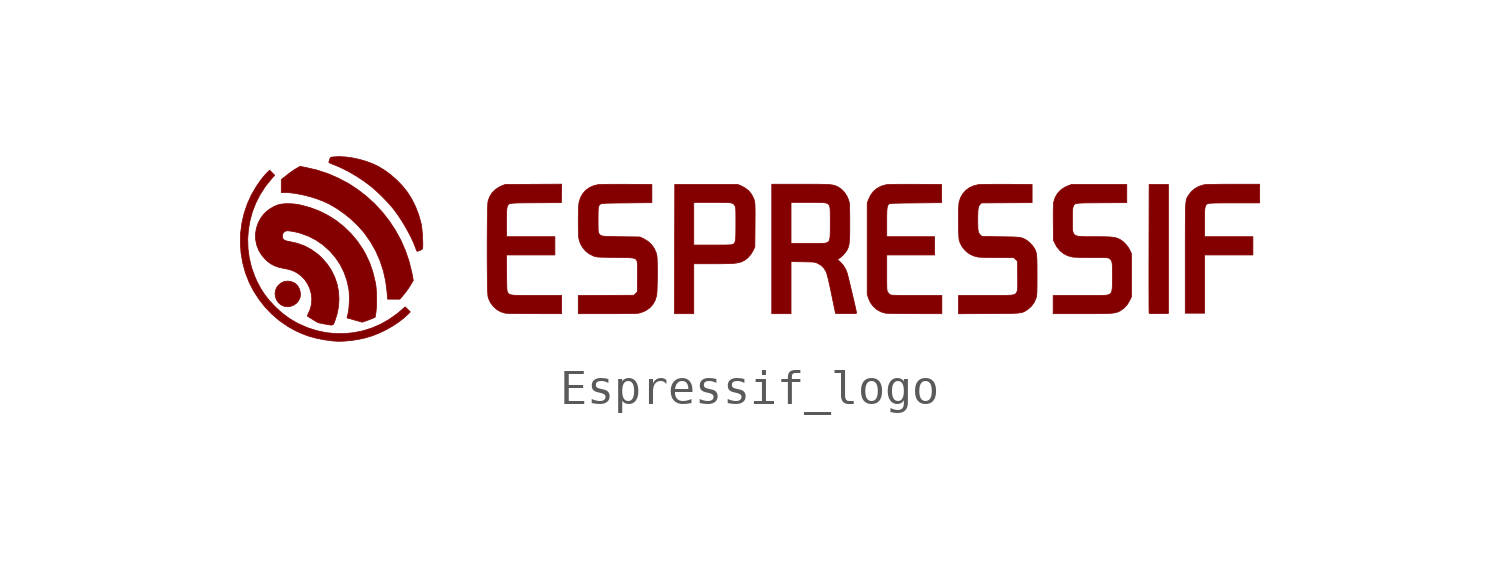
<source format=kicad_sym>
(kicad_symbol_lib
  (version 20211014)
  (generator kicad_symbol_editor)
  (symbol "Espressif_logo"
    (pin_names
      (offset 1.016))
    (property "Reference" "#G"
      (at 0 2.321 0)
      (effects (font (size 1.27 1.27)) hide))
    (symbol "Espressif_logo_0_0"
      (polyline (pts (xy 11.796 -1.872) (xy 12.07 -1.868) (xy 12.07 1.853) (xy 11.515 1.853) (xy 11.511 0.007) (xy 11.511 -0.196) (xy 11.51 -0.422) (xy 11.51 -0.638) (xy 11.51 -1.034) (xy 11.51 -1.21) (xy 11.511 -1.368) (xy 11.511 -1.508) (xy 11.511 -1.627) (xy 11.512 -1.723) (xy 11.513 -1.794) (xy 11.513 -1.84) (xy 11.514 -1.857) (xy 11.517 -1.86) (xy 11.532 -1.866) (xy 11.565 -1.87) (xy 11.617 -1.873) (xy 11.693 -1.873) (xy 11.796 -1.872)) (stroke (width 0.01) (type default) (color 0 0 0 0)) (fill (type outline)))
      (polyline (pts (xy -13.243 -1.662) (xy -13.154 -1.626) (xy -13.076 -1.569) (xy -13.015 -1.495) (xy -12.976 -1.406) (xy -12.967 -1.355) (xy -12.969 -1.258) (xy -12.994 -1.164) (xy -13.04 -1.08) (xy -13.103 -1.013) (xy -13.156 -0.979) (xy -13.251 -0.943) (xy -13.349 -0.934) (xy -13.445 -0.952) (xy -13.534 -0.996) (xy -13.611 -1.065) (xy -13.644 -1.109) (xy -13.683 -1.198) (xy -13.698 -1.291) (xy -13.688 -1.385) (xy -13.657 -1.473) (xy -13.604 -1.551) (xy -13.533 -1.615) (xy -13.443 -1.658) (xy -13.435 -1.661) (xy -13.338 -1.675) (xy -13.243 -1.662)) (stroke (width 0.01) (type default) (color 0 0 0 0)) (fill (type outline)))
      (polyline (pts (xy -10.01 -1.353) (xy -9.988 -1.327) (xy -9.908 -1.227) (xy -9.838 -1.126) (xy -9.767 -1.01) (xy -9.711 -0.915) (xy -9.738 -0.761) (xy -9.752 -0.691) (xy -9.831 -0.369) (xy -9.937 -0.058) (xy -10.068 0.242) (xy -10.224 0.527) (xy -10.402 0.798) (xy -10.601 1.053) (xy -10.821 1.29) (xy -11.059 1.508) (xy -11.315 1.706) (xy -11.586 1.883) (xy -11.873 2.035) (xy -12.172 2.164) (xy -12.483 2.267) (xy -12.806 2.342) (xy -12.976 2.375) (xy -13.091 2.309) (xy -13.144 2.276) (xy -13.215 2.228) (xy -13.291 2.173) (xy -13.362 2.118) (xy -13.518 1.994) (xy -13.518 1.62) (xy -13.421 1.62) (xy -13.276 1.614) (xy -13.094 1.591) (xy -12.902 1.554) (xy -12.705 1.505) (xy -12.511 1.446) (xy -12.327 1.377) (xy -12.16 1.301) (xy -12.11 1.275) (xy -11.903 1.153) (xy -11.697 1.008) (xy -11.5 0.848) (xy -11.319 0.676) (xy -11.16 0.499) (xy -11.11 0.437) (xy -10.938 0.191) (xy -10.791 -0.07) (xy -10.67 -0.345) (xy -10.575 -0.632) (xy -10.508 -0.929) (xy -10.469 -1.234) (xy -10.451 -1.455) (xy -10.098 -1.455) (xy -10.01 -1.353)) (stroke (width 0.01) (type default) (color 0 0 0 0)) (fill (type outline)))
      (polyline (pts (xy 13.113 -0.18) (xy 14.508 -0.18) (xy 14.508 0.345) (xy 13.113 0.345) (xy 13.113 0.767) (xy 13.113 0.89) (xy 13.114 0.987) (xy 13.116 1.062) (xy 13.119 1.119) (xy 13.123 1.16) (xy 13.129 1.191) (xy 13.136 1.214) (xy 13.137 1.216) (xy 13.146 1.239) (xy 13.155 1.259) (xy 13.167 1.275) (xy 13.183 1.288) (xy 13.207 1.298) (xy 13.241 1.306) (xy 13.287 1.312) (xy 13.348 1.315) (xy 13.427 1.318) (xy 13.526 1.319) (xy 13.647 1.32) (xy 13.793 1.32) (xy 13.967 1.32) (xy 14.703 1.32) (xy 14.703 1.86) (xy 13.957 1.86) (xy 13.831 1.86) (xy 13.676 1.859) (xy 13.534 1.858) (xy 13.408 1.856) (xy 13.299 1.854) (xy 13.212 1.851) (xy 13.149 1.848) (xy 13.113 1.845) (xy 13.075 1.838) (xy 12.944 1.796) (xy 12.826 1.728) (xy 12.724 1.639) (xy 12.643 1.529) (xy 12.633 1.512) (xy 12.62 1.49) (xy 12.61 1.47) (xy 12.6 1.447) (xy 12.592 1.421) (xy 12.585 1.39) (xy 12.579 1.352) (xy 12.574 1.306) (xy 12.569 1.248) (xy 12.566 1.179) (xy 12.563 1.096) (xy 12.561 0.997) (xy 12.56 0.88) (xy 12.559 0.744) (xy 12.558 0.587) (xy 12.558 0.407) (xy 12.557 0.202) (xy 12.557 -1.86) (xy 13.113 -1.86) (xy 13.113 -0.18)) (stroke (width 0.01) (type default) (color 0 0 0 0)) (fill (type outline)))
      (polyline (pts (xy -9.594 -0.074) (xy -9.564 -0.065) (xy -9.522 -0.051) (xy -9.491 -0.039) (xy -9.457 -0.017) (xy -9.442 0.011) (xy -9.438 0.046) (xy -9.436 0.107) (xy -9.437 0.187) (xy -9.44 0.279) (xy -9.445 0.377) (xy -9.453 0.475) (xy -9.461 0.567) (xy -9.471 0.647) (xy -9.481 0.709) (xy -9.489 0.741) (xy -9.555 0.978) (xy -9.645 1.211) (xy -9.756 1.433) (xy -9.883 1.635) (xy -9.884 1.635) (xy -10.016 1.802) (xy -10.171 1.964) (xy -10.342 2.116) (xy -10.523 2.252) (xy -10.707 2.365) (xy -10.87 2.444) (xy -11.06 2.516) (xy -11.259 2.575) (xy -11.462 2.619) (xy -11.662 2.646) (xy -11.852 2.656) (xy -12.027 2.646) (xy -12.064 2.641) (xy -12.093 2.631) (xy -12.109 2.612) (xy -12.122 2.577) (xy -12.125 2.565) (xy -12.138 2.524) (xy -12.147 2.499) (xy -12.143 2.488) (xy -12.114 2.469) (xy -12.059 2.446) (xy -12.043 2.44) (xy -11.826 2.35) (xy -11.6 2.238) (xy -11.374 2.108) (xy -11.154 1.965) (xy -10.948 1.812) (xy -10.878 1.754) (xy -10.779 1.666) (xy -10.673 1.566) (xy -10.566 1.46) (xy -10.465 1.355) (xy -10.374 1.256) (xy -10.301 1.17) (xy -10.284 1.148) (xy -10.177 1.004) (xy -10.07 0.846) (xy -9.966 0.679) (xy -9.87 0.51) (xy -9.783 0.345) (xy -9.71 0.189) (xy -9.654 0.049) (xy -9.645 0.024) (xy -9.625 -0.027) (xy -9.61 -0.062) (xy -9.601 -0.075) (xy -9.594 -0.074)) (stroke (width 0.01) (type default) (color 0 0 0 0)) (fill (type outline)))
      (polyline (pts (xy -11.693 -2.666) (xy -11.498 -2.648) (xy -11.298 -2.617) (xy -11.101 -2.574) (xy -10.915 -2.519) (xy -10.879 -2.507) (xy -10.688 -2.431) (xy -10.497 -2.339) (xy -10.312 -2.234) (xy -10.139 -2.12) (xy -9.984 -2.001) (xy -9.853 -1.88) (xy -9.797 -1.822) (xy -9.871 -1.749) (xy -9.944 -1.677) (xy -10.077 -1.793) (xy -10.178 -1.877) (xy -10.406 -2.039) (xy -10.645 -2.175) (xy -10.895 -2.284) (xy -11.153 -2.366) (xy -11.417 -2.421) (xy -11.685 -2.449) (xy -11.955 -2.449) (xy -12.225 -2.421) (xy -12.493 -2.365) (xy -12.757 -2.281) (xy -13.015 -2.167) (xy -13.1 -2.123) (xy -13.294 -2.007) (xy -13.474 -1.874) (xy -13.65 -1.718) (xy -13.75 -1.619) (xy -13.889 -1.464) (xy -14.009 -1.307) (xy -14.116 -1.139) (xy -14.215 -0.953) (xy -14.284 -0.798) (xy -14.377 -0.538) (xy -14.441 -0.272) (xy -14.477 -0.002) (xy -14.486 0.269) (xy -14.467 0.538) (xy -14.422 0.805) (xy -14.351 1.066) (xy -14.252 1.319) (xy -14.128 1.563) (xy -13.979 1.794) (xy -13.804 2.012) (xy -13.709 2.118) (xy -13.781 2.192) (xy -13.854 2.265) (xy -13.927 2.194) (xy -13.958 2.162) (xy -14.006 2.107) (xy -14.06 2.042) (xy -14.111 1.977) (xy -14.232 1.804) (xy -14.379 1.552) (xy -14.498 1.289) (xy -14.59 1.018) (xy -14.654 0.739) (xy -14.691 0.455) (xy -14.699 0.167) (xy -14.679 -0.122) (xy -14.63 -0.41) (xy -14.552 -0.696) (xy -14.547 -0.708) (xy -14.445 -0.969) (xy -14.316 -1.22) (xy -14.162 -1.459) (xy -13.986 -1.683) (xy -13.789 -1.888) (xy -13.575 -2.072) (xy -13.344 -2.232) (xy -13.31 -2.253) (xy -13.119 -2.36) (xy -12.926 -2.449) (xy -12.728 -2.522) (xy -12.518 -2.58) (xy -12.29 -2.626) (xy -12.04 -2.661) (xy -11.877 -2.671) (xy -11.693 -2.666)) (stroke (width 0.01) (type default) (color 0 0 0 0)) (fill (type outline)))
      (polyline (pts (xy -1.62 -0.435) (xy -1.069 -0.435) (xy -0.97 -0.435) (xy -0.819 -0.434) (xy -0.693 -0.432) (xy -0.589 -0.429) (xy -0.502 -0.425) (xy -0.431 -0.419) (xy -0.372 -0.411) (xy -0.322 -0.401) (xy -0.277 -0.389) (xy -0.233 -0.374) (xy -0.148 -0.331) (xy -0.058 -0.259) (xy 0.022 -0.168) (xy 0.086 -0.063) (xy 0.142 0.051) (xy 0.147 0.681) (xy 0.147 0.774) (xy 0.148 0.913) (xy 0.149 1.027) (xy 0.148 1.119) (xy 0.147 1.192) (xy 0.146 1.25) (xy 0.143 1.294) (xy 0.139 1.33) (xy 0.134 1.359) (xy 0.128 1.385) (xy 0.121 1.411) (xy 0.11 1.443) (xy 0.051 1.563) (xy -0.032 1.667) (xy -0.139 1.752) (xy -0.269 1.819) (xy -0.353 1.853) (xy -2.168 1.853) (xy -2.169 1.335) (xy -1.62 1.335) (xy -1.084 1.335) (xy -0.959 1.335) (xy -0.834 1.335) (xy -0.733 1.333) (xy -0.653 1.331) (xy -0.593 1.327) (xy -0.547 1.321) (xy -0.513 1.313) (xy -0.489 1.302) (xy -0.47 1.287) (xy -0.455 1.269) (xy -0.439 1.246) (xy -0.433 1.238) (xy -0.425 1.223) (xy -0.419 1.206) (xy -0.414 1.182) (xy -0.41 1.15) (xy -0.408 1.104) (xy -0.406 1.042) (xy -0.405 0.961) (xy -0.405 0.856) (xy -0.405 0.725) (xy -0.405 0.63) (xy -0.406 0.505) (xy -0.407 0.405) (xy -0.411 0.326) (xy -0.415 0.266) (xy -0.423 0.221) (xy -0.432 0.188) (xy -0.445 0.164) (xy -0.462 0.145) (xy -0.482 0.13) (xy -0.483 0.129) (xy -0.496 0.122) (xy -0.514 0.117) (xy -0.542 0.113) (xy -0.582 0.11) (xy -0.637 0.108) (xy -0.711 0.106) (xy -0.805 0.106) (xy -0.923 0.105) (xy -1.069 0.105) (xy -1.62 0.105) (xy -1.62 1.335) (xy -2.169 1.335) (xy -2.175 -1.875) (xy -1.62 -1.875) (xy -1.62 -0.435)) (stroke (width 0.01) (type default) (color 0 0 0 0)) (fill (type outline)))
      (polyline (pts (xy 5.536 -1.35) (xy 4.812 -1.35) (xy 4.712 -1.35) (xy 4.549 -1.349) (xy 4.413 -1.349) (xy 4.303 -1.347) (xy 4.215 -1.345) (xy 4.148 -1.343) (xy 4.099 -1.34) (xy 4.068 -1.336) (xy 4.051 -1.331) (xy 4.046 -1.328) (xy 4.012 -1.3) (xy 3.98 -1.262) (xy 3.979 -1.26) (xy 3.97 -1.246) (xy 3.963 -1.232) (xy 3.957 -1.213) (xy 3.953 -1.187) (xy 3.95 -1.15) (xy 3.948 -1.099) (xy 3.947 -1.032) (xy 3.946 -0.945) (xy 3.946 -0.833) (xy 3.946 -0.18) (xy 5.326 -0.18) (xy 5.326 0.345) (xy 3.946 0.345) (xy 3.946 0.758) (xy 3.946 0.858) (xy 3.947 0.972) (xy 3.949 1.062) (xy 3.953 1.132) (xy 3.959 1.184) (xy 3.968 1.223) (xy 3.979 1.251) (xy 3.994 1.272) (xy 4.013 1.29) (xy 4.014 1.291) (xy 4.025 1.296) (xy 4.045 1.301) (xy 4.074 1.304) (xy 4.117 1.308) (xy 4.176 1.31) (xy 4.252 1.312) (xy 4.348 1.315) (xy 4.468 1.317) (xy 4.612 1.318) (xy 4.785 1.32) (xy 5.529 1.328) (xy 5.529 1.853) (xy 4.786 1.857) (xy 4.786 1.857) (xy 4.594 1.858) (xy 4.424 1.857) (xy 4.276 1.857) (xy 4.152 1.855) (xy 4.054 1.852) (xy 3.982 1.849) (xy 3.939 1.845) (xy 3.916 1.841) (xy 3.781 1.802) (xy 3.662 1.738) (xy 3.562 1.651) (xy 3.479 1.54) (xy 3.417 1.408) (xy 3.383 1.313) (xy 3.383 -1.313) (xy 3.417 -1.42) (xy 3.421 -1.432) (xy 3.478 -1.557) (xy 3.558 -1.665) (xy 3.658 -1.753) (xy 3.774 -1.819) (xy 3.905 -1.86) (xy 3.91 -1.86) (xy 3.946 -1.863) (xy 4.008 -1.865) (xy 4.093 -1.867) (xy 4.198 -1.869) (xy 4.319 -1.871) (xy 4.454 -1.872) (xy 4.599 -1.873) (xy 4.752 -1.874) (xy 5.536 -1.875) (xy 5.536 -1.35)) (stroke (width 0.01) (type default) (color 0 0 0 0)) (fill (type outline)))
      (polyline (pts (xy -5.431 -1.35) (xy -6.217 -1.35) (xy -6.379 -1.35) (xy -6.515 -1.35) (xy -6.626 -1.348) (xy -6.717 -1.346) (xy -6.789 -1.343) (xy -6.844 -1.338) (xy -6.886 -1.332) (xy -6.918 -1.324) (xy -6.941 -1.313) (xy -6.958 -1.3) (xy -6.971 -1.285) (xy -6.985 -1.266) (xy -6.989 -1.26) (xy -6.996 -1.245) (xy -7.002 -1.226) (xy -7.006 -1.2) (xy -7.01 -1.163) (xy -7.012 -1.111) (xy -7.014 -1.043) (xy -7.016 -0.954) (xy -7.017 -0.841) (xy -7.018 -0.701) (xy -7.023 -0.18) (xy -5.626 -0.18) (xy -5.626 0.345) (xy -7.021 0.345) (xy -7.021 0.767) (xy -7.021 0.89) (xy -7.02 0.987) (xy -7.018 1.062) (xy -7.015 1.119) (xy -7.011 1.16) (xy -7.005 1.191) (xy -6.998 1.214) (xy -6.997 1.215) (xy -6.988 1.238) (xy -6.979 1.258) (xy -6.968 1.274) (xy -6.952 1.287) (xy -6.928 1.297) (xy -6.894 1.305) (xy -6.848 1.312) (xy -6.787 1.316) (xy -6.709 1.319) (xy -6.611 1.321) (xy -6.49 1.322) (xy -6.344 1.323) (xy -6.171 1.324) (xy -5.439 1.328) (xy -5.434 1.595) (xy -5.43 1.862) (xy -6.245 1.857) (xy -7.059 1.852) (xy -7.149 1.817) (xy -7.227 1.781) (xy -7.344 1.706) (xy -7.436 1.613) (xy -7.506 1.502) (xy -7.554 1.37) (xy -7.557 1.348) (xy -7.562 1.295) (xy -7.565 1.217) (xy -7.569 1.116) (xy -7.571 0.995) (xy -7.574 0.858) (xy -7.576 0.707) (xy -7.577 0.544) (xy -7.578 0.372) (xy -7.579 0.195) (xy -7.579 0.014) (xy -7.579 -0.167) (xy -7.579 -0.345) (xy -7.577 -0.518) (xy -7.576 -0.684) (xy -7.574 -0.838) (xy -7.572 -0.98) (xy -7.569 -1.105) (xy -7.566 -1.211) (xy -7.562 -1.295) (xy -7.558 -1.355) (xy -7.553 -1.387) (xy -7.537 -1.442) (xy -7.479 -1.563) (xy -7.399 -1.668) (xy -7.301 -1.755) (xy -7.188 -1.82) (xy -7.064 -1.859) (xy -7.058 -1.86) (xy -7.022 -1.863) (xy -6.96 -1.865) (xy -6.874 -1.867) (xy -6.77 -1.869) (xy -6.648 -1.871) (xy -6.513 -1.872) (xy -6.368 -1.873) (xy -6.215 -1.874) (xy -5.431 -1.875) (xy -5.431 -1.35)) (stroke (width 0.01) (type default) (color 0 0 0 0)) (fill (type outline)))
      (polyline (pts (xy 1.185 -0.373) (xy 1.527 -0.378) (xy 1.554 -0.378) (xy 1.657 -0.38) (xy 1.737 -0.382) (xy 1.796 -0.384) (xy 1.841 -0.388) (xy 1.875 -0.394) (xy 1.904 -0.401) (xy 1.931 -0.412) (xy 1.962 -0.426) (xy 2.058 -0.484) (xy 2.139 -0.566) (xy 2.201 -0.67) (xy 2.202 -0.672) (xy 2.216 -0.714) (xy 2.236 -0.784) (xy 2.26 -0.88) (xy 2.288 -1.001) (xy 2.319 -1.145) (xy 2.354 -1.31) (xy 2.47 -1.868) (xy 2.773 -1.872) (xy 2.813 -1.873) (xy 2.908 -1.873) (xy 2.978 -1.873) (xy 3.026 -1.871) (xy 3.056 -1.867) (xy 3.071 -1.862) (xy 3.076 -1.855) (xy 3.074 -1.845) (xy 3.067 -1.808) (xy 3.054 -1.748) (xy 3.037 -1.669) (xy 3.015 -1.575) (xy 2.991 -1.47) (xy 2.965 -1.358) (xy 2.937 -1.242) (xy 2.91 -1.128) (xy 2.884 -1.018) (xy 2.859 -0.916) (xy 2.837 -0.827) (xy 2.818 -0.755) (xy 2.805 -0.703) (xy 2.796 -0.675) (xy 2.761 -0.592) (xy 2.69 -0.475) (xy 2.603 -0.38) (xy 2.524 -0.309) (xy 2.586 -0.27) (xy 2.629 -0.238) (xy 2.698 -0.174) (xy 2.76 -0.102) (xy 2.805 -0.032) (xy 2.817 -0.005) (xy 2.834 0.034) (xy 2.848 0.077) (xy 2.858 0.126) (xy 2.866 0.184) (xy 2.872 0.255) (xy 2.876 0.343) (xy 2.879 0.45) (xy 2.88 0.581) (xy 2.88 0.738) (xy 2.88 0.881) (xy 2.879 1.02) (xy 2.876 1.137) (xy 2.873 1.23) (xy 2.869 1.298) (xy 2.864 1.338) (xy 2.849 1.395) (xy 2.8 1.512) (xy 2.732 1.618) (xy 2.648 1.708) (xy 2.554 1.774) (xy 2.55 1.777) (xy 2.517 1.794) (xy 2.485 1.808) (xy 2.452 1.821) (xy 2.414 1.831) (xy 2.37 1.839) (xy 2.316 1.846) (xy 2.25 1.851) (xy 2.169 1.854) (xy 2.072 1.857) (xy 1.955 1.859) (xy 1.815 1.859) (xy 1.651 1.86) (xy 1.459 1.86) (xy 0.63 1.86) (xy 0.63 1.335) (xy 1.185 1.335) (xy 1.699 1.335) (xy 1.84 1.335) (xy 1.955 1.334) (xy 2.046 1.332) (xy 2.117 1.328) (xy 2.171 1.322) (xy 2.211 1.313) (xy 2.24 1.301) (xy 2.261 1.286) (xy 2.277 1.266) (xy 2.291 1.243) (xy 2.295 1.235) (xy 2.302 1.217) (xy 2.307 1.194) (xy 2.311 1.161) (xy 2.314 1.117) (xy 2.316 1.056) (xy 2.317 0.976) (xy 2.318 0.872) (xy 2.318 0.743) (xy 2.318 0.638) (xy 2.317 0.519) (xy 2.315 0.424) (xy 2.311 0.351) (xy 2.305 0.295) (xy 2.296 0.254) (xy 2.284 0.225) (xy 2.268 0.204) (xy 2.247 0.187) (xy 2.221 0.173) (xy 2.22 0.172) (xy 2.203 0.166) (xy 2.178 0.161) (xy 2.142 0.157) (xy 2.091 0.154) (xy 2.022 0.152) (xy 1.933 0.151) (xy 1.821 0.15) (xy 1.681 0.15) (xy 1.185 0.15) (xy 1.185 1.335) (xy 0.63 1.335) (xy 0.63 -1.875) (xy 1.185 -1.875) (xy 1.185 -0.373)) (stroke (width 0.01) (type default) (color 0 0 0 0)) (fill (type outline)))
      (polyline (pts (xy 9.576 -1.875) (xy 9.765 -1.875) (xy 9.932 -1.875) (xy 10.074 -1.873) (xy 10.194 -1.872) (xy 10.294 -1.869) (xy 10.376 -1.865) (xy 10.444 -1.86) (xy 10.499 -1.854) (xy 10.545 -1.845) (xy 10.584 -1.835) (xy 10.617 -1.823) (xy 10.649 -1.808) (xy 10.682 -1.792) (xy 10.684 -1.791) (xy 10.789 -1.716) (xy 10.879 -1.618) (xy 10.95 -1.5) (xy 11.005 -1.388) (xy 11.005 -0.143) (xy 10.957 -0.041) (xy 10.915 0.034) (xy 10.845 0.124) (xy 10.766 0.203) (xy 10.685 0.26) (xy 10.656 0.275) (xy 10.615 0.294) (xy 10.573 0.309) (xy 10.526 0.321) (xy 10.471 0.33) (xy 10.405 0.337) (xy 10.323 0.341) (xy 10.222 0.344) (xy 10.098 0.345) (xy 9.947 0.345) (xy 9.8 0.345) (xy 9.669 0.345) (xy 9.564 0.349) (xy 9.481 0.357) (xy 9.418 0.372) (xy 9.371 0.395) (xy 9.339 0.429) (xy 9.319 0.476) (xy 9.307 0.537) (xy 9.303 0.615) (xy 9.302 0.712) (xy 9.302 0.828) (xy 9.302 0.845) (xy 9.302 0.955) (xy 9.304 1.041) (xy 9.307 1.105) (xy 9.311 1.153) (xy 9.317 1.188) (xy 9.326 1.214) (xy 9.335 1.237) (xy 9.344 1.257) (xy 9.355 1.273) (xy 9.371 1.286) (xy 9.394 1.297) (xy 9.427 1.305) (xy 9.472 1.311) (xy 9.533 1.316) (xy 9.61 1.319) (xy 9.708 1.321) (xy 9.828 1.322) (xy 9.973 1.323) (xy 10.145 1.324) (xy 10.87 1.328) (xy 10.87 1.853) (xy 9.279 1.853) (xy 9.182 1.817) (xy 9.072 1.767) (xy 8.959 1.688) (xy 8.869 1.59) (xy 8.803 1.473) (xy 8.761 1.34) (xy 8.758 1.315) (xy 8.754 1.254) (xy 8.751 1.166) (xy 8.749 1.052) (xy 8.749 0.915) (xy 8.75 0.755) (xy 8.754 0.247) (xy 8.808 0.134) (xy 8.854 0.052) (xy 8.942 -0.056) (xy 9.047 -0.142) (xy 9.168 -0.204) (xy 9.302 -0.24) (xy 9.312 -0.241) (xy 9.36 -0.245) (xy 9.433 -0.248) (xy 9.524 -0.251) (xy 9.63 -0.253) (xy 9.745 -0.254) (xy 9.866 -0.255) (xy 9.909 -0.255) (xy 10.031 -0.255) (xy 10.128 -0.256) (xy 10.203 -0.257) (xy 10.258 -0.259) (xy 10.299 -0.261) (xy 10.327 -0.265) (xy 10.346 -0.271) (xy 10.361 -0.278) (xy 10.373 -0.286) (xy 10.373 -0.287) (xy 10.397 -0.307) (xy 10.416 -0.328) (xy 10.431 -0.353) (xy 10.441 -0.386) (xy 10.449 -0.43) (xy 10.453 -0.49) (xy 10.456 -0.569) (xy 10.457 -0.67) (xy 10.457 -0.798) (xy 10.457 -0.81) (xy 10.457 -0.94) (xy 10.455 -1.044) (xy 10.451 -1.125) (xy 10.445 -1.187) (xy 10.436 -1.232) (xy 10.423 -1.265) (xy 10.405 -1.289) (xy 10.381 -1.308) (xy 10.352 -1.324) (xy 10.348 -1.326) (xy 10.334 -1.331) (xy 10.315 -1.336) (xy 10.289 -1.34) (xy 10.253 -1.343) (xy 10.206 -1.345) (xy 10.144 -1.347) (xy 10.064 -1.349) (xy 9.965 -1.349) (xy 9.843 -1.35) (xy 9.697 -1.35) (xy 9.523 -1.35) (xy 8.747 -1.35) (xy 8.747 -1.875) (xy 9.576 -1.875)) (stroke (width 0.01) (type default) (color 0 0 0 0)) (fill (type outline)))
      (polyline (pts (xy -12.052 -2.201) (xy -12.026 -2.191) (xy -12.008 -2.169) (xy -11.992 -2.135) (xy -11.973 -2.085) (xy -11.908 -1.881) (xy -11.866 -1.662) (xy -11.853 -1.443) (xy -11.868 -1.227) (xy -11.91 -1.016) (xy -11.98 -0.813) (xy -12.076 -0.619) (xy -12.198 -0.436) (xy -12.346 -0.268) (xy -12.467 -0.157) (xy -12.646 -0.028) (xy -12.839 0.076) (xy -13.046 0.152) (xy -13.267 0.203) (xy -13.282 0.205) (xy -13.366 0.223) (xy -13.425 0.245) (xy -13.462 0.275) (xy -13.481 0.315) (xy -13.487 0.368) (xy -13.479 0.421) (xy -13.446 0.474) (xy -13.39 0.51) (xy -13.36 0.515) (xy -13.301 0.514) (xy -13.223 0.504) (xy -13.131 0.487) (xy -13.031 0.464) (xy -12.948 0.441) (xy -12.724 0.357) (xy -12.513 0.247) (xy -12.315 0.11) (xy -12.131 -0.054) (xy -12.117 -0.068) (xy -11.957 -0.252) (xy -11.822 -0.452) (xy -11.713 -0.668) (xy -11.63 -0.897) (xy -11.574 -1.14) (xy -11.566 -1.191) (xy -11.557 -1.3) (xy -11.554 -1.423) (xy -11.557 -1.552) (xy -11.564 -1.676) (xy -11.577 -1.788) (xy -11.594 -1.879) (xy -11.623 -1.995) (xy -11.546 -2.017) (xy -11.528 -2.022) (xy -11.47 -2.038) (xy -11.399 -2.059) (xy -11.327 -2.079) (xy -11.185 -2.12) (xy -11.065 -2.079) (xy -11.055 -2.076) (xy -10.988 -2.051) (xy -10.925 -2.026) (xy -10.877 -2.006) (xy -10.81 -1.973) (xy -10.79 -1.853) (xy -10.785 -1.82) (xy -10.777 -1.725) (xy -10.771 -1.611) (xy -10.769 -1.487) (xy -10.77 -1.36) (xy -10.775 -1.239) (xy -10.782 -1.13) (xy -10.793 -1.043) (xy -10.809 -0.955) (xy -10.877 -0.672) (xy -10.97 -0.405) (xy -11.089 -0.152) (xy -11.169 -0.011) (xy -11.33 0.225) (xy -11.513 0.442) (xy -11.716 0.638) (xy -11.937 0.812) (xy -12.175 0.962) (xy -12.428 1.089) (xy -12.696 1.189) (xy -12.975 1.263) (xy -13.105 1.285) (xy -13.251 1.297) (xy -13.39 1.298) (xy -13.516 1.286) (xy -13.622 1.261) (xy -13.632 1.258) (xy -13.736 1.212) (xy -13.842 1.151) (xy -13.939 1.079) (xy -14.016 1.005) (xy -14.111 0.879) (xy -14.188 0.734) (xy -14.238 0.581) (xy -14.262 0.425) (xy -14.259 0.269) (xy -14.23 0.115) (xy -14.174 -0.034) (xy -14.092 -0.173) (xy -13.984 -0.301) (xy -13.916 -0.365) (xy -13.815 -0.439) (xy -13.706 -0.496) (xy -13.582 -0.539) (xy -13.435 -0.571) (xy -13.371 -0.583) (xy -13.283 -0.603) (xy -13.207 -0.628) (xy -13.132 -0.661) (xy -13.065 -0.697) (xy -12.943 -0.787) (xy -12.839 -0.895) (xy -12.756 -1.019) (xy -12.694 -1.155) (xy -12.654 -1.298) (xy -12.638 -1.446) (xy -12.646 -1.595) (xy -12.68 -1.74) (xy -12.742 -1.879) (xy -12.749 -1.894) (xy -12.764 -1.926) (xy -12.766 -1.941) (xy -12.762 -1.944) (xy -12.734 -1.964) (xy -12.689 -1.993) (xy -12.634 -2.028) (xy -12.576 -2.063) (xy -12.523 -2.095) (xy -12.48 -2.12) (xy -12.455 -2.132) (xy -12.437 -2.138) (xy -12.39 -2.149) (xy -12.327 -2.162) (xy -12.258 -2.175) (xy -12.224 -2.181) (xy -12.146 -2.195) (xy -12.09 -2.202) (xy -12.052 -2.201)) (stroke (width 0.01) (type default) (color 0 0 0 0)) (fill (type outline)))
      (polyline (pts (xy -3.93 -1.875) (xy -3.768 -1.874) (xy -3.622 -1.873) (xy -3.494 -1.871) (xy -3.386 -1.869) (xy -3.301 -1.866) (xy -3.241 -1.864) (xy -3.209 -1.86) (xy -3.207 -1.86) (xy -3.152 -1.845) (xy -3.085 -1.821) (xy -3.02 -1.793) (xy -2.993 -1.778) (xy -2.885 -1.702) (xy -2.799 -1.606) (xy -2.734 -1.489) (xy -2.692 -1.352) (xy -2.689 -1.331) (xy -2.684 -1.273) (xy -2.679 -1.193) (xy -2.676 -1.095) (xy -2.673 -0.983) (xy -2.671 -0.864) (xy -2.67 -0.741) (xy -2.67 -0.619) (xy -2.671 -0.503) (xy -2.673 -0.398) (xy -2.676 -0.308) (xy -2.68 -0.238) (xy -2.686 -0.193) (xy -2.704 -0.12) (xy -2.758 0.005) (xy -2.837 0.116) (xy -2.937 0.209) (xy -3.056 0.282) (xy -3.173 0.338) (xy -3.713 0.345) (xy -3.818 0.346) (xy -3.945 0.349) (xy -4.048 0.351) (xy -4.129 0.354) (xy -4.192 0.358) (xy -4.239 0.364) (xy -4.274 0.371) (xy -4.299 0.381) (xy -4.318 0.394) (xy -4.334 0.41) (xy -4.35 0.429) (xy -4.359 0.444) (xy -4.367 0.46) (xy -4.373 0.482) (xy -4.376 0.515) (xy -4.379 0.562) (xy -4.38 0.627) (xy -4.381 0.715) (xy -4.381 0.828) (xy -4.381 0.864) (xy -4.38 0.977) (xy -4.379 1.064) (xy -4.376 1.129) (xy -4.372 1.176) (xy -4.367 1.208) (xy -4.359 1.228) (xy -4.351 1.244) (xy -4.342 1.26) (xy -4.331 1.274) (xy -4.316 1.285) (xy -4.293 1.294) (xy -4.262 1.301) (xy -4.218 1.306) (xy -4.159 1.31) (xy -4.083 1.313) (xy -3.988 1.315) (xy -3.87 1.317) (xy -3.727 1.319) (xy -3.557 1.32) (xy -2.828 1.328) (xy -2.828 1.853) (xy -3.556 1.857) (xy -3.736 1.858) (xy -3.905 1.857) (xy -4.052 1.857) (xy -4.175 1.855) (xy -4.274 1.852) (xy -4.345 1.849) (xy -4.388 1.845) (xy -4.498 1.82) (xy -4.623 1.766) (xy -4.731 1.688) (xy -4.82 1.59) (xy -4.886 1.473) (xy -4.929 1.339) (xy -4.932 1.32) (xy -4.938 1.261) (xy -4.943 1.179) (xy -4.947 1.079) (xy -4.949 0.969) (xy -4.951 0.851) (xy -4.951 0.731) (xy -4.95 0.615) (xy -4.949 0.508) (xy -4.945 0.415) (xy -4.941 0.341) (xy -4.935 0.291) (xy -4.934 0.288) (xy -4.894 0.155) (xy -4.828 0.036) (xy -4.74 -0.068) (xy -4.631 -0.152) (xy -4.504 -0.214) (xy -4.493 -0.218) (xy -4.468 -0.225) (xy -4.441 -0.232) (xy -4.408 -0.237) (xy -4.366 -0.241) (xy -4.311 -0.244) (xy -4.239 -0.246) (xy -4.149 -0.248) (xy -4.034 -0.25) (xy -3.894 -0.252) (xy -3.805 -0.253) (xy -3.673 -0.255) (xy -3.566 -0.257) (xy -3.481 -0.26) (xy -3.416 -0.265) (xy -3.367 -0.271) (xy -3.332 -0.28) (xy -3.306 -0.291) (xy -3.288 -0.306) (xy -3.275 -0.324) (xy -3.263 -0.346) (xy -3.258 -0.357) (xy -3.252 -0.378) (xy -3.248 -0.408) (xy -3.245 -0.451) (xy -3.243 -0.51) (xy -3.242 -0.589) (xy -3.243 -0.69) (xy -3.244 -0.818) (xy -3.248 -1.245) (xy -3.346 -1.343) (xy -4.149 -1.347) (xy -4.951 -1.351) (xy -4.951 -1.875) (xy -4.104 -1.875) (xy -3.93 -1.875)) (stroke (width 0.01) (type default) (color 0 0 0 0)) (fill (type outline)))
      (polyline (pts (xy 6.89 -1.872) (xy 6.944 -1.872) (xy 7.129 -1.871) (xy 7.287 -1.869) (xy 7.42 -1.868) (xy 7.532 -1.866) (xy 7.625 -1.863) (xy 7.701 -1.859) (xy 7.763 -1.853) (xy 7.813 -1.846) (xy 7.855 -1.837) (xy 7.889 -1.825) (xy 7.92 -1.811) (xy 7.949 -1.794) (xy 7.98 -1.774) (xy 8.014 -1.751) (xy 8.022 -1.745) (xy 8.12 -1.658) (xy 8.198 -1.55) (xy 8.252 -1.427) (xy 8.258 -1.407) (xy 8.264 -1.381) (xy 8.27 -1.35) (xy 8.274 -1.314) (xy 8.277 -1.267) (xy 8.279 -1.207) (xy 8.28 -1.13) (xy 8.281 -1.033) (xy 8.281 -0.913) (xy 8.282 -0.766) (xy 8.281 -0.638) (xy 8.281 -0.501) (xy 8.279 -0.389) (xy 8.277 -0.297) (xy 8.272 -0.223) (xy 8.266 -0.163) (xy 8.257 -0.115) (xy 8.245 -0.074) (xy 8.23 -0.038) (xy 8.212 -0.004) (xy 8.19 0.032) (xy 8.181 0.045) (xy 8.132 0.108) (xy 8.071 0.171) (xy 8.008 0.225) (xy 7.952 0.262) (xy 7.928 0.275) (xy 7.894 0.291) (xy 7.861 0.305) (xy 7.827 0.315) (xy 7.787 0.323) (xy 7.738 0.33) (xy 7.676 0.334) (xy 7.599 0.338) (xy 7.502 0.34) (xy 7.383 0.342) (xy 7.236 0.344) (xy 6.694 0.352) (xy 6.653 0.39) (xy 6.636 0.406) (xy 6.614 0.433) (xy 6.598 0.464) (xy 6.586 0.502) (xy 6.578 0.554) (xy 6.574 0.623) (xy 6.572 0.713) (xy 6.571 0.828) (xy 6.571 0.869) (xy 6.573 0.982) (xy 6.576 1.07) (xy 6.581 1.137) (xy 6.59 1.188) (xy 6.602 1.226) (xy 6.619 1.255) (xy 6.641 1.281) (xy 6.68 1.32) (xy 8.139 1.328) (xy 8.139 1.853) (xy 7.412 1.857) (xy 7.383 1.857) (xy 7.205 1.858) (xy 7.045 1.857) (xy 6.905 1.856) (xy 6.785 1.855) (xy 6.69 1.852) (xy 6.62 1.849) (xy 6.579 1.845) (xy 6.463 1.818) (xy 6.338 1.763) (xy 6.23 1.685) (xy 6.142 1.587) (xy 6.075 1.471) (xy 6.033 1.338) (xy 6.03 1.322) (xy 6.025 1.268) (xy 6.021 1.191) (xy 6.018 1.097) (xy 6.016 0.99) (xy 6.016 0.875) (xy 6.016 0.757) (xy 6.017 0.64) (xy 6.019 0.53) (xy 6.022 0.43) (xy 6.026 0.346) (xy 6.031 0.283) (xy 6.037 0.245) (xy 6.066 0.161) (xy 6.131 0.042) (xy 6.218 -0.06) (xy 6.322 -0.144) (xy 6.441 -0.204) (xy 6.571 -0.24) (xy 6.582 -0.241) (xy 6.631 -0.245) (xy 6.703 -0.248) (xy 6.795 -0.251) (xy 6.901 -0.253) (xy 7.017 -0.254) (xy 7.138 -0.255) (xy 7.607 -0.255) (xy 7.663 -0.306) (xy 7.719 -0.358) (xy 7.723 -0.775) (xy 7.723 -0.787) (xy 7.724 -0.909) (xy 7.724 -1.006) (xy 7.724 -1.08) (xy 7.722 -1.135) (xy 7.719 -1.176) (xy 7.715 -1.205) (xy 7.708 -1.227) (xy 7.701 -1.245) (xy 7.697 -1.252) (xy 7.686 -1.273) (xy 7.674 -1.291) (xy 7.659 -1.306) (xy 7.638 -1.318) (xy 7.609 -1.328) (xy 7.569 -1.336) (xy 7.517 -1.341) (xy 7.449 -1.345) (xy 7.363 -1.348) (xy 7.257 -1.349) (xy 7.128 -1.35) (xy 6.974 -1.35) (xy 6.016 -1.35) (xy 6.016 -1.877) (xy 6.89 -1.872)) (stroke (width 0.01) (type default) (color 0 0 0 0)) (fill (type outline))))))
</source>
